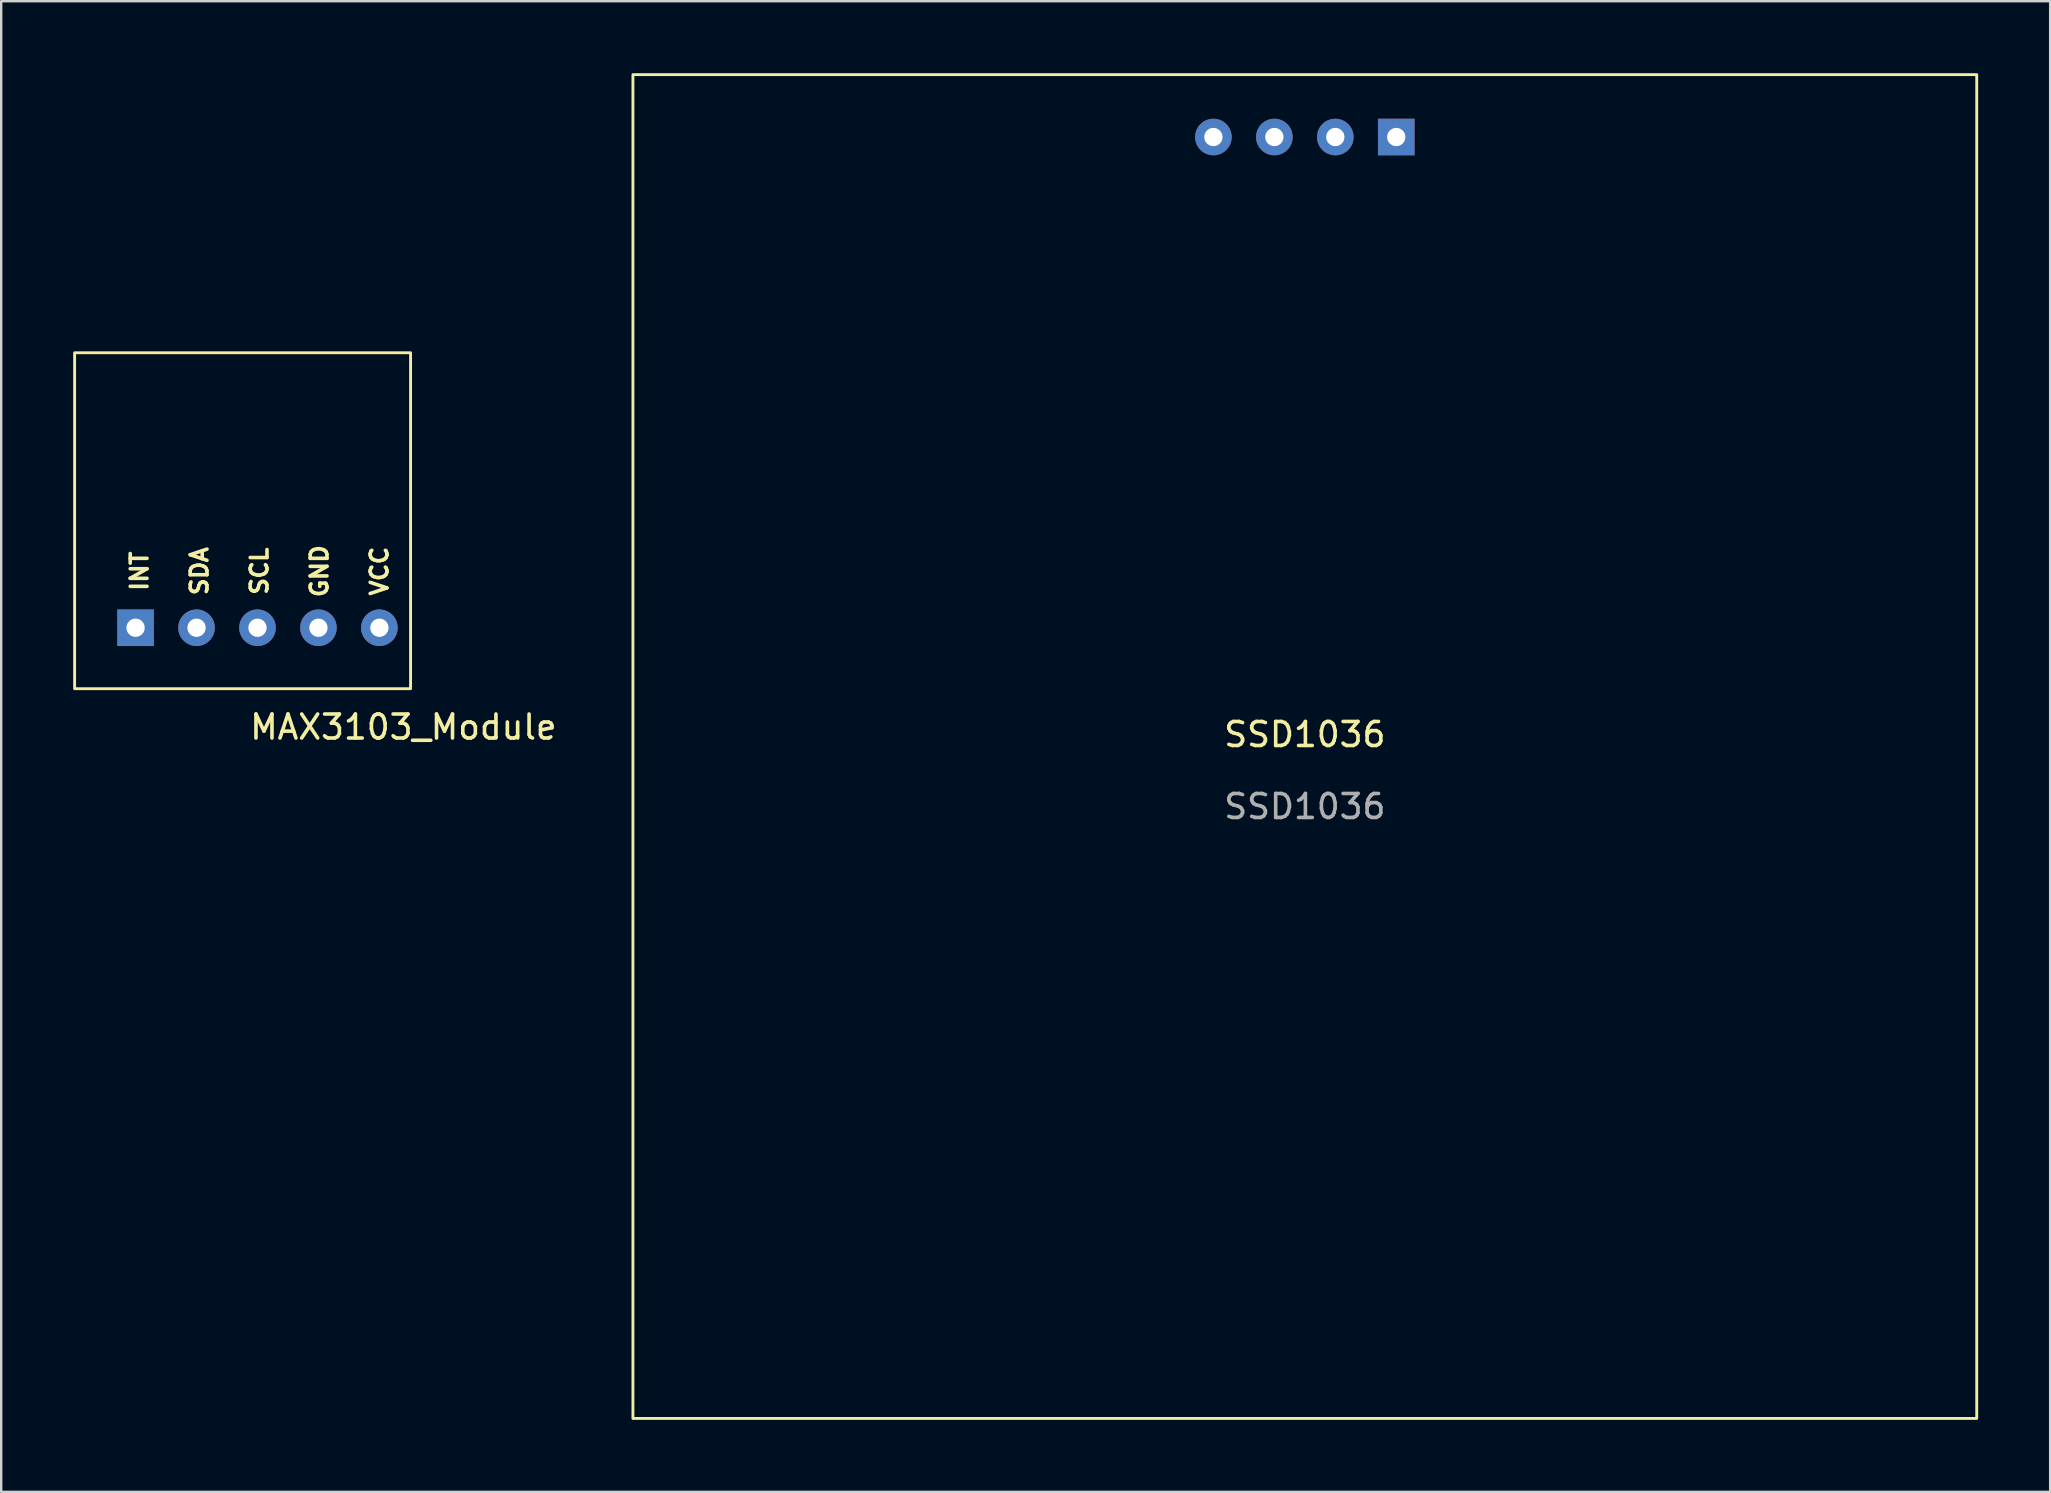
<source format=kicad_pcb>
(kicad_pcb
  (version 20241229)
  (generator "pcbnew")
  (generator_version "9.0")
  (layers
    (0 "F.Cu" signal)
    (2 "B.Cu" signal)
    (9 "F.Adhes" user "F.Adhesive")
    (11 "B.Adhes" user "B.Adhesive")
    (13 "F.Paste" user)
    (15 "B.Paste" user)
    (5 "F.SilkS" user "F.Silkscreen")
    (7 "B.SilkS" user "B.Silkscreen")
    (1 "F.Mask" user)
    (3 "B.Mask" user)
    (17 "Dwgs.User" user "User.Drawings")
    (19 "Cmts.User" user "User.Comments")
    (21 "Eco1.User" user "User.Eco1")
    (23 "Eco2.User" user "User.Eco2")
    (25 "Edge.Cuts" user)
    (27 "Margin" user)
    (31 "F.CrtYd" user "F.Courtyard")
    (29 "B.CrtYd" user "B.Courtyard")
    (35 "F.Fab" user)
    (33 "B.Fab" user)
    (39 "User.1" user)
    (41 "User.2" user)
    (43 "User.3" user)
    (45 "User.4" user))
  (footprint "MAX3103_Module"
    (layer "F.Cu")
    (at 12.76 0.25)
    (property "Reference" "MAX3103_Module" (at 1 27 0) (unlocked yes) (layer "F.SilkS") (effects (font (size 1 1) (thickness 0.15))))
    (attr through_hole)
    (fp_rect (start -12.7 11.4) (end 1.3 25.4) (stroke (width 0.12) (type solid)) (fill no) (layer "F.SilkS"))
    (fp_text user "SDA" (at -7.5 20.5 90) (unlocked yes) (layer "F.SilkS") (effects (font (size 0.7 0.7) (thickness 0.15))))
    (fp_text user "GND" (at -2.5 20.5 90) (unlocked yes) (layer "F.SilkS") (effects (font (size 0.7 0.7) (thickness 0.15))))
    (fp_text user "VCC" (at 0 20.5 90) (unlocked yes) (layer "F.SilkS") (effects (font (size 0.7 0.7) (thickness 0.15))))
    (fp_text user "INT" (at -10 20.5 90) (unlocked yes) (layer "F.SilkS") (effects (font (size 0.7 0.7) (thickness 0.15))))
    (fp_text user "SCL" (at -5 20.5 90) (unlocked yes) (layer "F.SilkS") (effects (font (size 0.7 0.7) (thickness 0.15))))
    (pad "1" thru_hole rect (at -10.16 22.86) (size 1.524 1.524) (drill 0.762) (layers "*.Cu" "*.Mask"))
    (pad "2" thru_hole circle (at -7.62 22.86) (size 1.524 1.524) (drill 0.762) (layers "*.Cu" "*.Mask"))
    (pad "3" thru_hole circle (at -5.08 22.86) (size 1.524 1.524) (drill 0.762) (layers "*.Cu" "*.Mask"))
    (pad "4" thru_hole circle (at -2.54 22.86) (size 1.524 1.524) (drill 0.762) (layers "*.Cu" "*.Mask"))
    (pad "5" thru_hole circle (at 0 22.86) (size 1.524 1.524) (drill 0.762) (layers "*.Cu" "*.Mask"))
    (zone (net_name "") (layer "F.Cu") (hatch edge 0.508) (connect_pads) (min_thickness 0.254) (filled_areas_thickness no) (keepout (tracks allowed) (vias allowed) (pads not_allowed) (copperpour allowed) (footprints not_allowed)) (placement (enabled no)) (fill) (polygon (pts (xy 0.06 11.65) (xy 14.06 11.65) (xy 14.06 25.65) (xy 0.06 25.65)))))
  (footprint "SSD1036"
    (layer "F.Cu")
    (at 51.326 28.06)
    (property "Reference" "SSD1036" (at 0 -0.5 0) (unlocked yes) (layer "F.SilkS") (effects (font (size 1 1) (thickness 0.15))))
    (attr through_hole)
    (fp_rect (start -28 -28) (end 28 28) (stroke (width 0.12) (type solid)) (fill no) (layer "F.SilkS"))
    (fp_text user "${REFERENCE}" (at 0 2.5 0) (unlocked yes) (layer "F.Fab") (effects (font (size 1 1) (thickness 0.15))))
    (pad "1" thru_hole rect (at 3.81 -25.4) (size 1.524 1.524) (drill 0.762) (layers "*.Cu" "*.Mask"))
    (pad "2" thru_hole circle (at 1.27 -25.4) (size 1.524 1.524) (drill 0.762) (layers "*.Cu" "*.Mask"))
    (pad "3" thru_hole circle (at -1.27 -25.4) (size 1.524 1.524) (drill 0.762) (layers "*.Cu" "*.Mask"))
    (pad "4" thru_hole circle (at -3.81 -25.4) (size 1.524 1.524) (drill 0.762) (layers "*.Cu" "*.Mask"))
    (zone (net_name "") (layer "F.Cu") (hatch edge 0.508) (connect_pads) (min_thickness 0.254) (filled_areas_thickness no) (keepout (tracks allowed) (vias allowed) (pads not_allowed) (copperpour allowed) (footprints not_allowed)) (placement (enabled no)) (fill) (polygon (pts (xy 23.326 0.06) (xy 79.326 0.06) (xy 79.326 56.06) (xy 23.326 56.06)))))
  (gr_rect
    (start -3 -3)
    (end 82.386 59.12)
    (stroke (width 0.1) (type default))
    (fill no)
    (layer "Edge.Cuts")))
</source>
